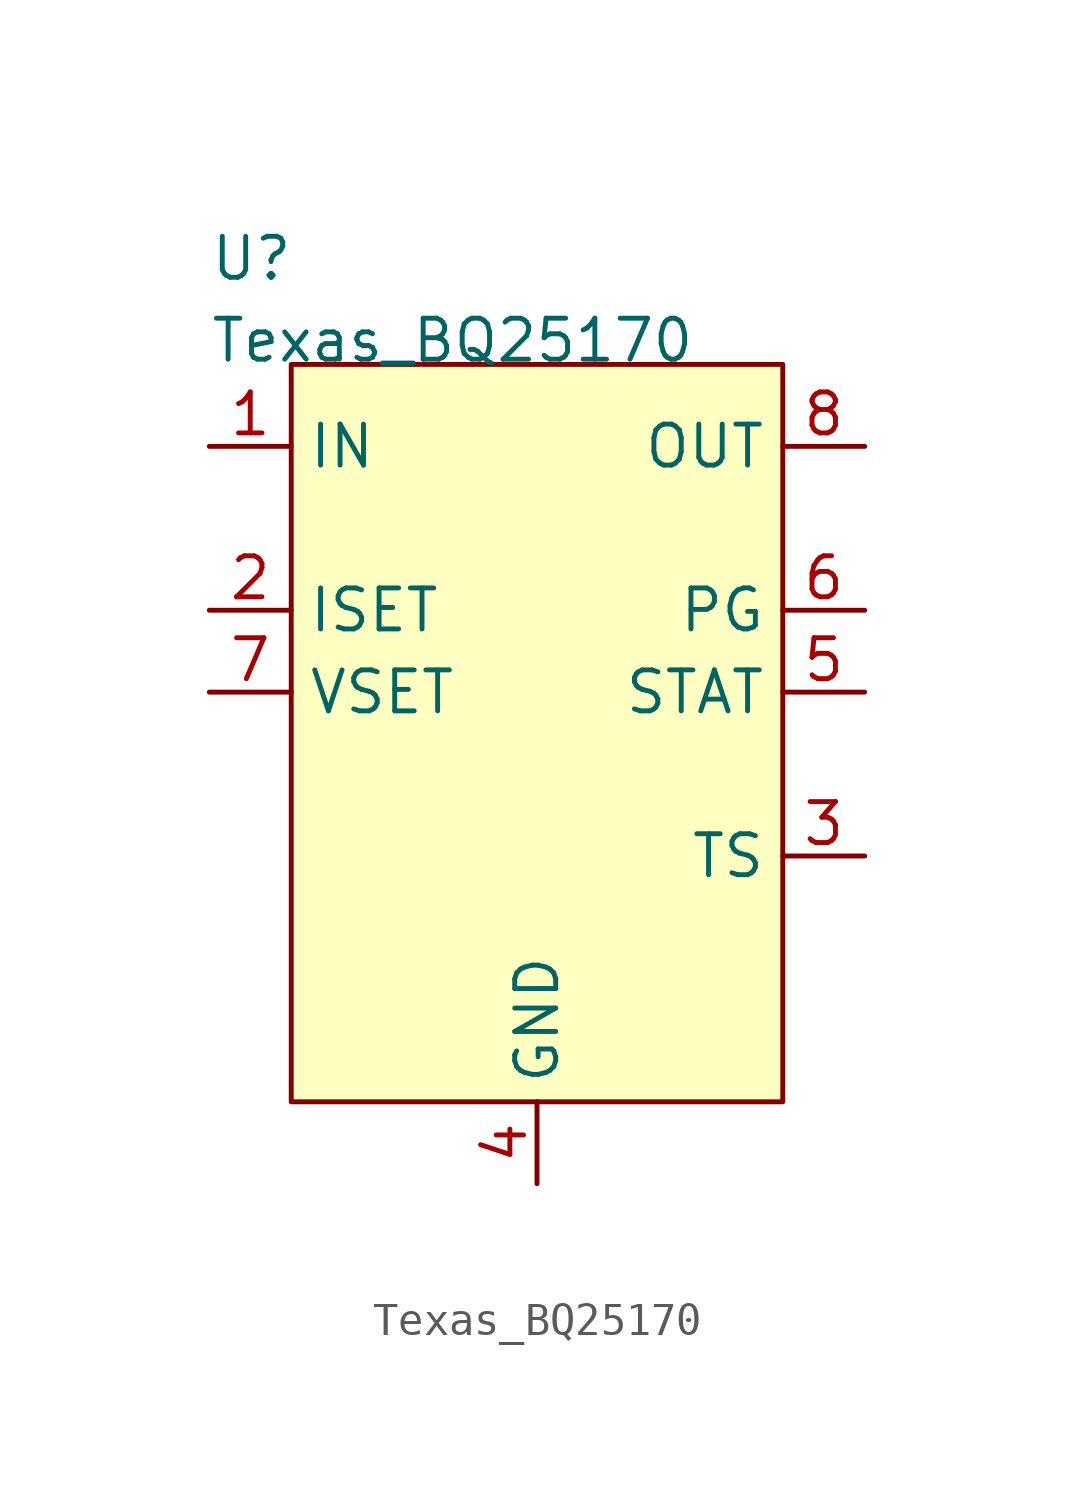
<source format=kicad_sym>
(kicad_symbol_lib
  (version 20211014)
  (generator kicad_symbol_editor)
  (symbol "Texas_BQ25170"
    (property "Reference" "U"
      (at -10.16 15.24 0)
      (effects (font (size 1.27 1.27)) (justify left bottom)))
    (property "Value" "Texas_BQ25170"
      (at -10.16 12.7 0)
      (effects (font (size 1.27 1.27)) (justify left bottom)))
    (symbol "Texas_BQ25170_0_1"
      (rectangle (start -7.62 12.7) (end 7.62 -10.16) (stroke (width 0) (type default) (color 0 0 0 0)) (fill (type background))))
    (symbol "Texas_BQ25170_1_1"
      (pin power_in line (at -10.16 10.16 0) (length 2.54) (name "IN" (effects (font (size 1.27 1.27)))) (number "1" (effects (font (size 1.27 1.27)))))
      (pin input line (at -10.16 5.08 0) (length 2.54) (name "ISET" (effects (font (size 1.27 1.27)))) (number "2" (effects (font (size 1.27 1.27)))))
      (pin input line (at 10.16 -2.54 180) (length 2.54) (name "TS" (effects (font (size 1.27 1.27)))) (number "3" (effects (font (size 1.27 1.27)))))
      (pin power_in line (at 0 -12.7 90) (length 2.54) (name "GND" (effects (font (size 1.27 1.27)))) (number "4" (effects (font (size 1.27 1.27)))))
      (pin output line (at 10.16 2.54 180) (length 2.54) (name "STAT" (effects (font (size 1.27 1.27)))) (number "5" (effects (font (size 1.27 1.27)))))
      (pin output line (at 10.16 5.08 180) (length 2.54) (name "PG" (effects (font (size 1.27 1.27)))) (number "6" (effects (font (size 1.27 1.27)))))
      (pin input line (at -10.16 2.54 0) (length 2.54) (name "VSET" (effects (font (size 1.27 1.27)))) (number "7" (effects (font (size 1.27 1.27)))))
      (pin power_out line (at 10.16 10.16 180) (length 2.54) (name "OUT" (effects (font (size 1.27 1.27)))) (number "8" (effects (font (size 1.27 1.27)))))
      (pin power_in line (at 0 -12.7 90) (length 2.54) hide (name "GND(PAD)" (effects (font (size 1.27 1.27)))) (number "9" (effects (font (size 1.27 1.27))))))))
</source>
